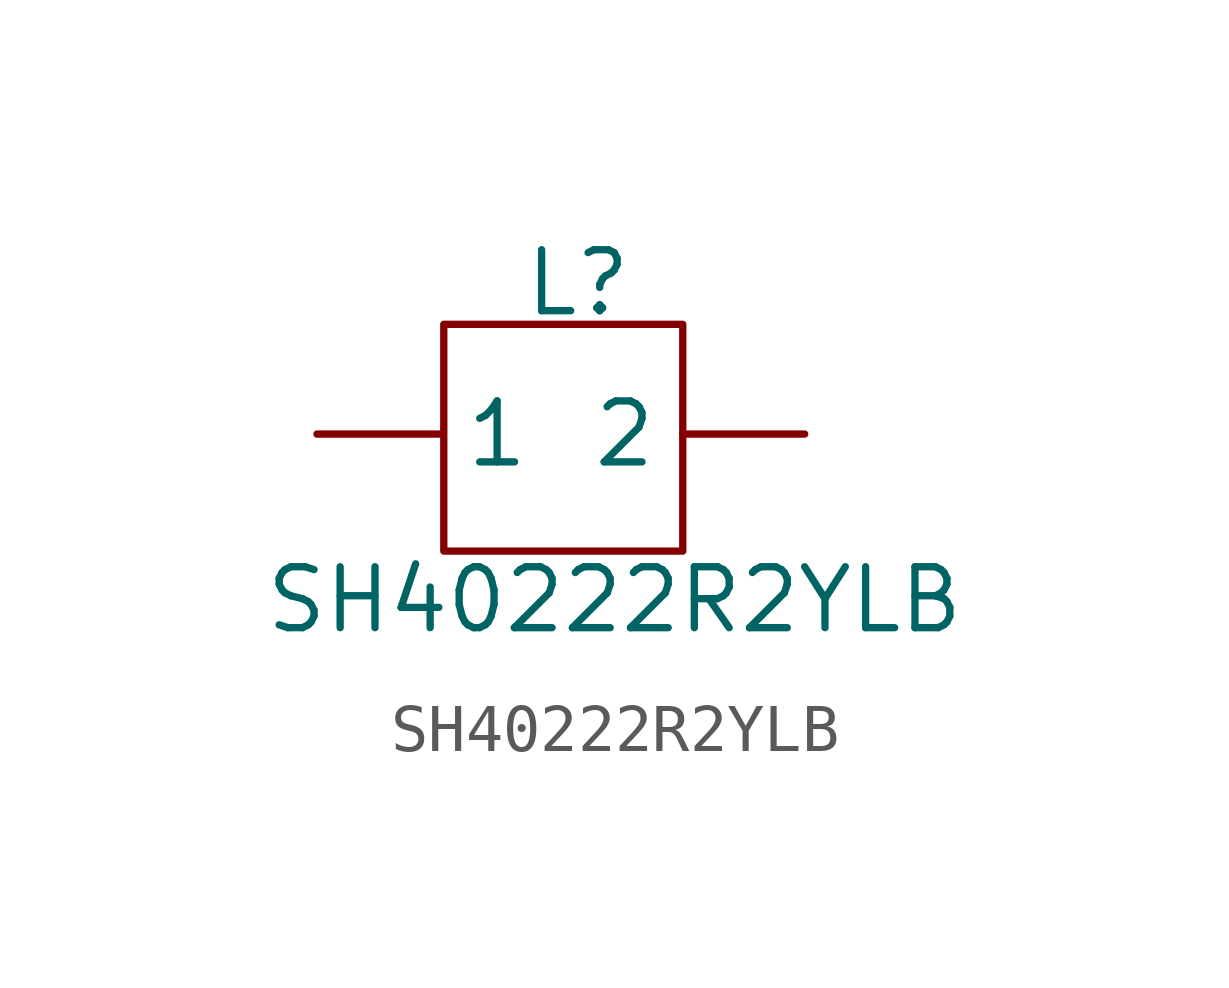
<source format=kicad_sym>
(kicad_symbol_lib
  (version 20211014)
  (generator kicad_symbol_editor)
  (symbol "SH40222R2YLB"
    (property "Reference" "L"
      (at 0.356 3.15 0)
      (effects (font (size 1.27 1.27))))
    (property "Value" "SH40222R2YLB"
      (at 1.118 -3.454 0)
      (effects (font (size 1.27 1.27))))
    (symbol "SH40222R2YLB_0_1"
      (rectangle (start -2.438 2.286) (end 2.54 -2.438) (stroke (width 0) (type default) (color 0 0 0 0)) (fill (type none))))
    (symbol "SH40222R2YLB_1_1"
      (pin input line (at -5.08 0 0) (length 2.54) (name "1" (effects (font (size 1.27 1.27)))) (number "" (effects (font (size 1.27 1.27)))))
      (pin input line (at 5.08 0 180) (length 2.54) (name "2" (effects (font (size 1.27 1.27)))) (number "" (effects (font (size 1.27 1.27))))))))
</source>
